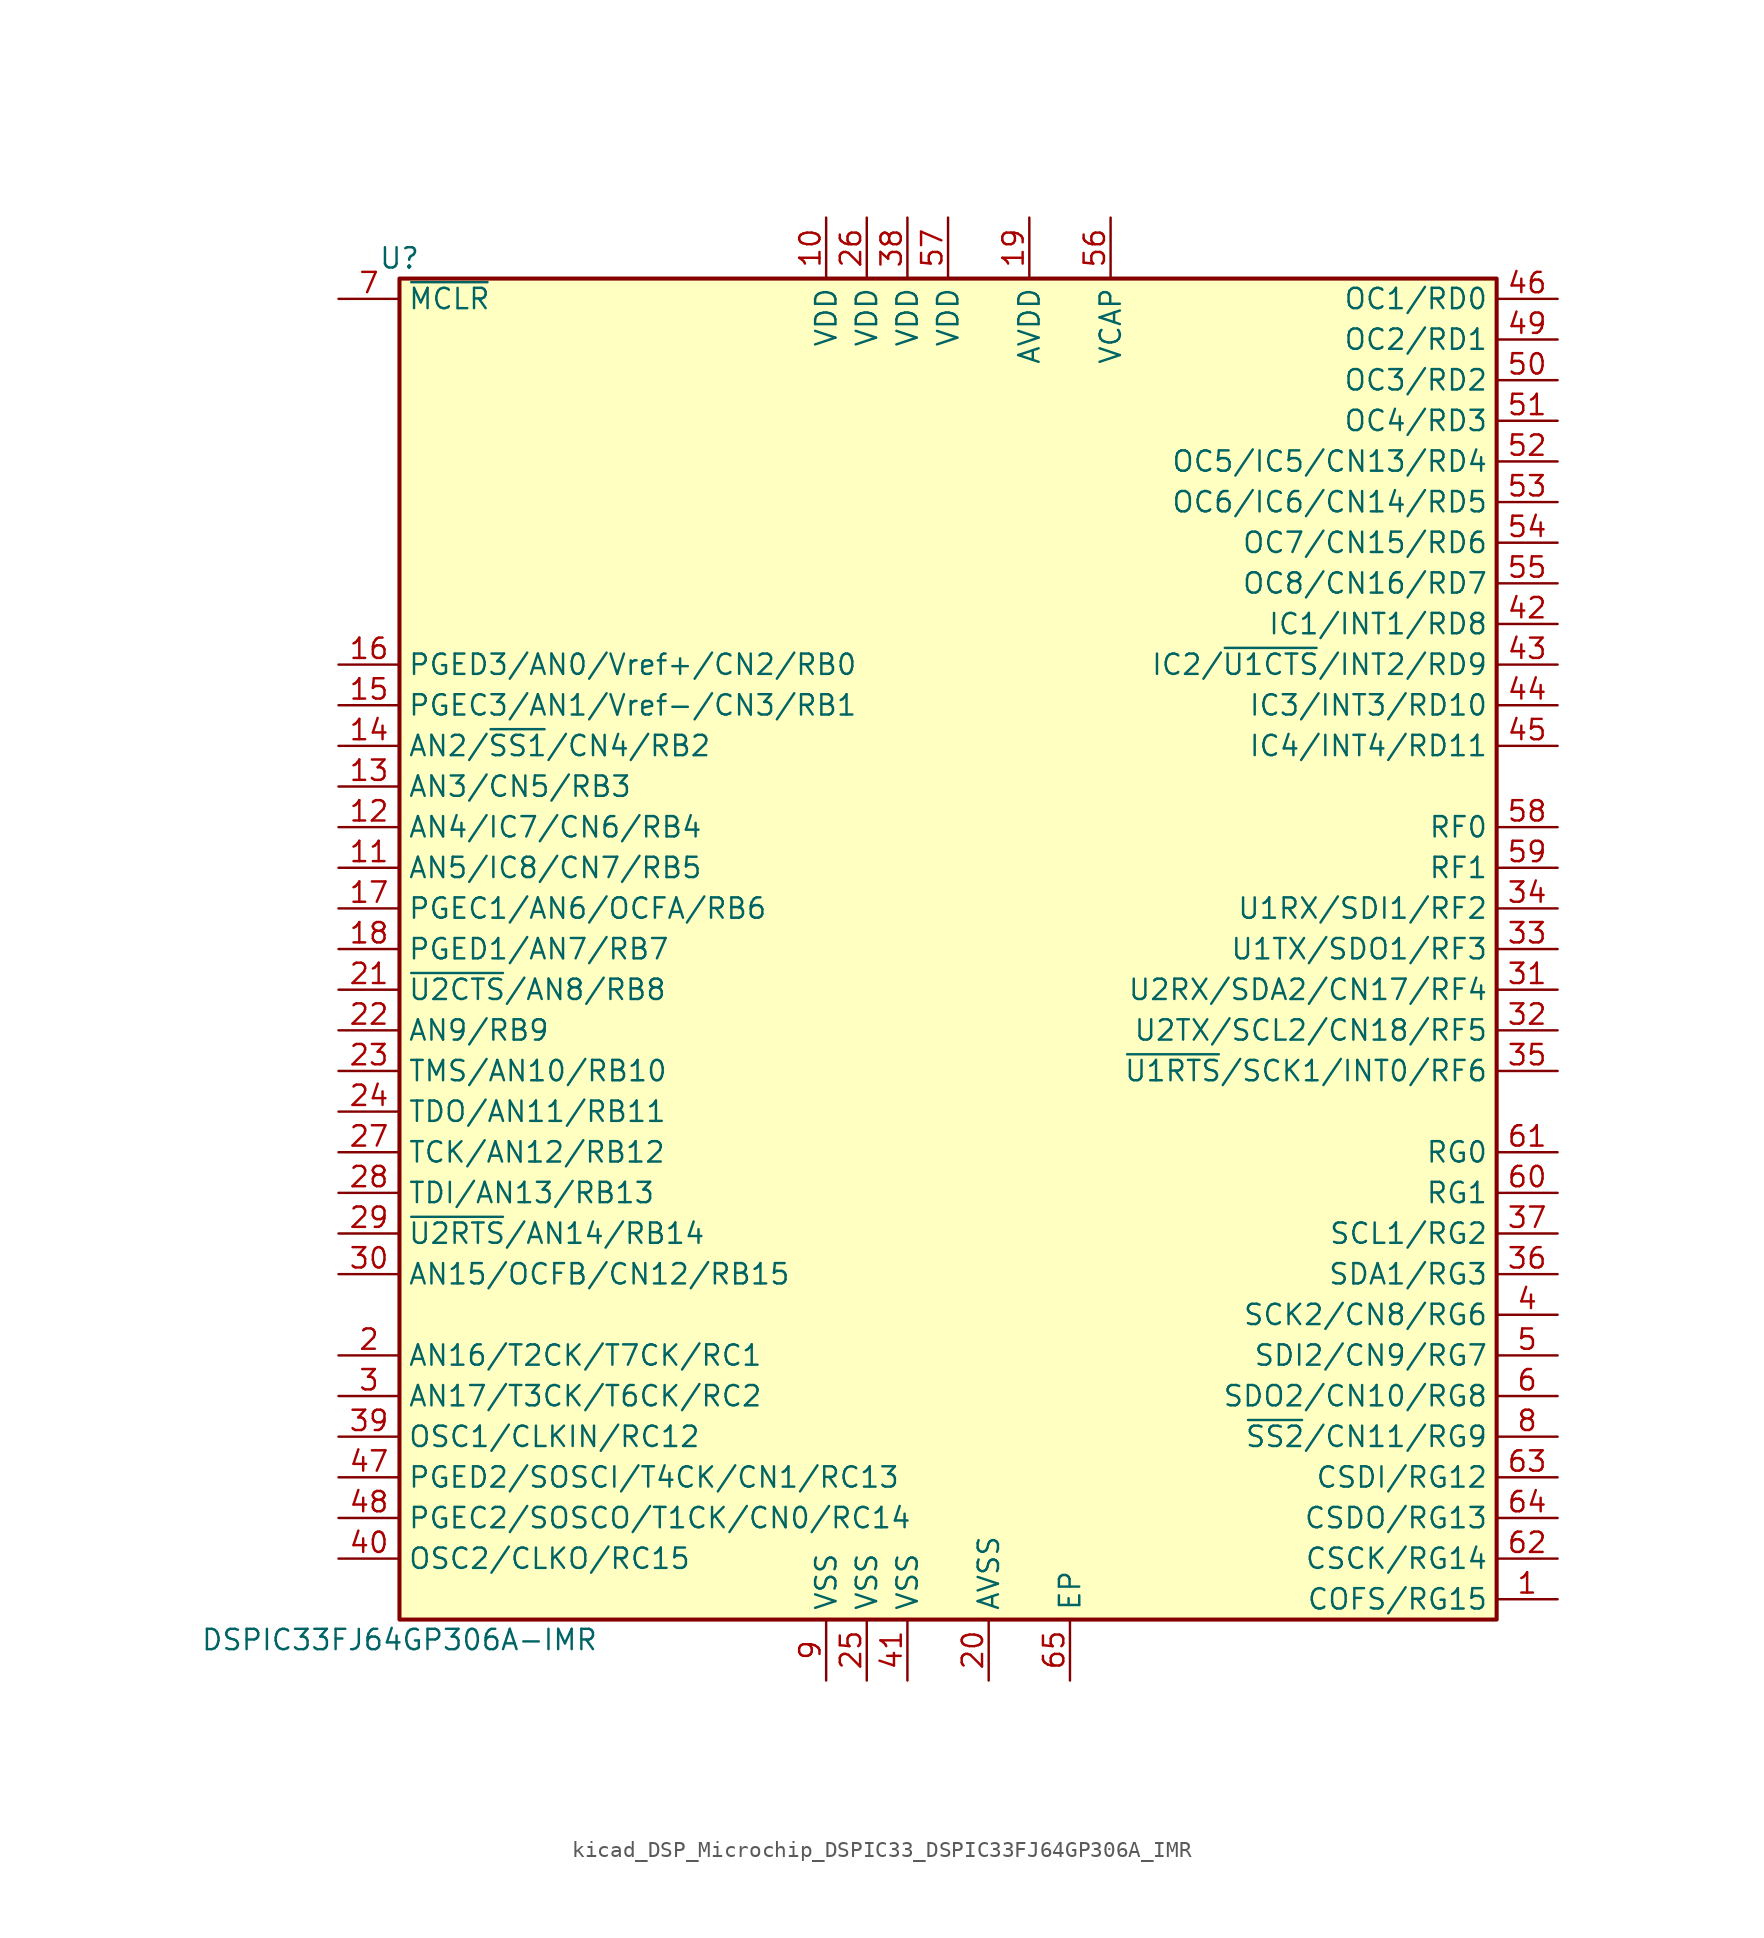
<source format=kicad_sym>
(kicad_symbol_lib
  (version 20220914)
  (generator kicad_symbol_editor)
  (symbol "kicad_DSP_Microchip_DSPIC33_DSPIC33FJ64GP306A_IMR"
    (property "Reference" "U"
      (at -34.29 43.18 0)
      (effects (font (size 1.27 1.27))))
    (property "Value" "DSPIC33FJ64GP306A-IMR"
      (at -34.29 -43.18 0)
      (effects (font (size 1.27 1.27))))
    (symbol "kicad_DSP_Microchip_DSPIC33_DSPIC33FJ64GP306A_IMR_1_1"
      (rectangle (start -34.29 41.91) (end 34.29 -41.91) (stroke (width 0.254) (type default)) (fill (type background)))
      (pin bidirectional line (at 38.1 -40.64 180) (length 3.81) (name "COFS/RG15" (effects (font (size 1.27 1.27)))) (number "1" (effects (font (size 1.27 1.27)))))
      (pin power_in line (at -7.62 45.72 270) (length 3.81) (name "VDD" (effects (font (size 1.27 1.27)))) (number "10" (effects (font (size 1.27 1.27)))))
      (pin input line (at -38.1 5.08 0) (length 3.81) (name "AN5/IC8/CN7/RB5" (effects (font (size 1.27 1.27)))) (number "11" (effects (font (size 1.27 1.27)))))
      (pin input line (at -38.1 7.62 0) (length 3.81) (name "AN4/IC7/CN6/RB4" (effects (font (size 1.27 1.27)))) (number "12" (effects (font (size 1.27 1.27)))))
      (pin bidirectional line (at -38.1 10.16 0) (length 3.81) (name "AN3/CN5/RB3" (effects (font (size 1.27 1.27)))) (number "13" (effects (font (size 1.27 1.27)))))
      (pin bidirectional line (at -38.1 12.7 0) (length 3.81) (name "AN2/~{SS1}/CN4/RB2" (effects (font (size 1.27 1.27)))) (number "14" (effects (font (size 1.27 1.27)))))
      (pin bidirectional line (at -38.1 15.24 0) (length 3.81) (name "PGEC3/AN1/Vref-/CN3/RB1" (effects (font (size 1.27 1.27)))) (number "15" (effects (font (size 1.27 1.27)))))
      (pin bidirectional line (at -38.1 17.78 0) (length 3.81) (name "PGED3/AN0/Vref+/CN2/RB0" (effects (font (size 1.27 1.27)))) (number "16" (effects (font (size 1.27 1.27)))))
      (pin input line (at -38.1 2.54 0) (length 3.81) (name "PGEC1/AN6/OCFA/RB6" (effects (font (size 1.27 1.27)))) (number "17" (effects (font (size 1.27 1.27)))))
      (pin input line (at -38.1 0 0) (length 3.81) (name "PGED1/AN7/RB7" (effects (font (size 1.27 1.27)))) (number "18" (effects (font (size 1.27 1.27)))))
      (pin power_in line (at 5.08 45.72 270) (length 3.81) (name "AVDD" (effects (font (size 1.27 1.27)))) (number "19" (effects (font (size 1.27 1.27)))))
      (pin bidirectional line (at -38.1 -25.4 0) (length 3.81) (name "AN16/T2CK/T7CK/RC1" (effects (font (size 1.27 1.27)))) (number "2" (effects (font (size 1.27 1.27)))))
      (pin power_in line (at 2.54 -45.72 90) (length 3.81) (name "AVSS" (effects (font (size 1.27 1.27)))) (number "20" (effects (font (size 1.27 1.27)))))
      (pin input line (at -38.1 -2.54 0) (length 3.81) (name "~{U2CTS}/AN8/RB8" (effects (font (size 1.27 1.27)))) (number "21" (effects (font (size 1.27 1.27)))))
      (pin bidirectional line (at -38.1 -5.08 0) (length 3.81) (name "AN9/RB9" (effects (font (size 1.27 1.27)))) (number "22" (effects (font (size 1.27 1.27)))))
      (pin bidirectional line (at -38.1 -7.62 0) (length 3.81) (name "TMS/AN10/RB10" (effects (font (size 1.27 1.27)))) (number "23" (effects (font (size 1.27 1.27)))))
      (pin bidirectional line (at -38.1 -10.16 0) (length 3.81) (name "TDO/AN11/RB11" (effects (font (size 1.27 1.27)))) (number "24" (effects (font (size 1.27 1.27)))))
      (pin power_in line (at -5.08 -45.72 90) (length 3.81) (name "VSS" (effects (font (size 1.27 1.27)))) (number "25" (effects (font (size 1.27 1.27)))))
      (pin power_in line (at -5.08 45.72 270) (length 3.81) (name "VDD" (effects (font (size 1.27 1.27)))) (number "26" (effects (font (size 1.27 1.27)))))
      (pin bidirectional line (at -38.1 -12.7 0) (length 3.81) (name "TCK/AN12/RB12" (effects (font (size 1.27 1.27)))) (number "27" (effects (font (size 1.27 1.27)))))
      (pin bidirectional line (at -38.1 -15.24 0) (length 3.81) (name "TDI/AN13/RB13" (effects (font (size 1.27 1.27)))) (number "28" (effects (font (size 1.27 1.27)))))
      (pin bidirectional line (at -38.1 -17.78 0) (length 3.81) (name "~{U2RTS}/AN14/RB14" (effects (font (size 1.27 1.27)))) (number "29" (effects (font (size 1.27 1.27)))))
      (pin bidirectional line (at -38.1 -27.94 0) (length 3.81) (name "AN17/T3CK/T6CK/RC2" (effects (font (size 1.27 1.27)))) (number "3" (effects (font (size 1.27 1.27)))))
      (pin bidirectional line (at -38.1 -20.32 0) (length 3.81) (name "AN15/OCFB/CN12/RB15" (effects (font (size 1.27 1.27)))) (number "30" (effects (font (size 1.27 1.27)))))
      (pin bidirectional line (at 38.1 -2.54 180) (length 3.81) (name "U2RX/SDA2/CN17/RF4" (effects (font (size 1.27 1.27)))) (number "31" (effects (font (size 1.27 1.27)))))
      (pin bidirectional line (at 38.1 -5.08 180) (length 3.81) (name "U2TX/SCL2/CN18/RF5" (effects (font (size 1.27 1.27)))) (number "32" (effects (font (size 1.27 1.27)))))
      (pin bidirectional line (at 38.1 0 180) (length 3.81) (name "U1TX/SDO1/RF3" (effects (font (size 1.27 1.27)))) (number "33" (effects (font (size 1.27 1.27)))))
      (pin bidirectional line (at 38.1 2.54 180) (length 3.81) (name "U1RX/SDI1/RF2" (effects (font (size 1.27 1.27)))) (number "34" (effects (font (size 1.27 1.27)))))
      (pin bidirectional line (at 38.1 -7.62 180) (length 3.81) (name "~{U1RTS}/SCK1/INT0/RF6" (effects (font (size 1.27 1.27)))) (number "35" (effects (font (size 1.27 1.27)))))
      (pin bidirectional line (at 38.1 -20.32 180) (length 3.81) (name "SDA1/RG3" (effects (font (size 1.27 1.27)))) (number "36" (effects (font (size 1.27 1.27)))))
      (pin bidirectional line (at 38.1 -17.78 180) (length 3.81) (name "SCL1/RG2" (effects (font (size 1.27 1.27)))) (number "37" (effects (font (size 1.27 1.27)))))
      (pin power_in line (at -2.54 45.72 270) (length 3.81) (name "VDD" (effects (font (size 1.27 1.27)))) (number "38" (effects (font (size 1.27 1.27)))))
      (pin bidirectional line (at -38.1 -30.48 0) (length 3.81) (name "OSC1/CLKIN/RC12" (effects (font (size 1.27 1.27)))) (number "39" (effects (font (size 1.27 1.27)))))
      (pin bidirectional line (at 38.1 -22.86 180) (length 3.81) (name "SCK2/CN8/RG6" (effects (font (size 1.27 1.27)))) (number "4" (effects (font (size 1.27 1.27)))))
      (pin bidirectional line (at -38.1 -38.1 0) (length 3.81) (name "OSC2/CLKO/RC15" (effects (font (size 1.27 1.27)))) (number "40" (effects (font (size 1.27 1.27)))))
      (pin power_in line (at -2.54 -45.72 90) (length 3.81) (name "VSS" (effects (font (size 1.27 1.27)))) (number "41" (effects (font (size 1.27 1.27)))))
      (pin bidirectional line (at 38.1 20.32 180) (length 3.81) (name "IC1/INT1/RD8" (effects (font (size 1.27 1.27)))) (number "42" (effects (font (size 1.27 1.27)))))
      (pin bidirectional line (at 38.1 17.78 180) (length 3.81) (name "IC2/~{U1CTS}/INT2/RD9" (effects (font (size 1.27 1.27)))) (number "43" (effects (font (size 1.27 1.27)))))
      (pin bidirectional line (at 38.1 15.24 180) (length 3.81) (name "IC3/INT3/RD10" (effects (font (size 1.27 1.27)))) (number "44" (effects (font (size 1.27 1.27)))))
      (pin bidirectional line (at 38.1 12.7 180) (length 3.81) (name "IC4/INT4/RD11" (effects (font (size 1.27 1.27)))) (number "45" (effects (font (size 1.27 1.27)))))
      (pin bidirectional line (at 38.1 40.64 180) (length 3.81) (name "OC1/RD0" (effects (font (size 1.27 1.27)))) (number "46" (effects (font (size 1.27 1.27)))))
      (pin bidirectional line (at -38.1 -33.02 0) (length 3.81) (name "PGED2/SOSCI/T4CK/CN1/RC13" (effects (font (size 1.27 1.27)))) (number "47" (effects (font (size 1.27 1.27)))))
      (pin bidirectional line (at -38.1 -35.56 0) (length 3.81) (name "PGEC2/SOSCO/T1CK/CN0/RC14" (effects (font (size 1.27 1.27)))) (number "48" (effects (font (size 1.27 1.27)))))
      (pin bidirectional line (at 38.1 38.1 180) (length 3.81) (name "OC2/RD1" (effects (font (size 1.27 1.27)))) (number "49" (effects (font (size 1.27 1.27)))))
      (pin bidirectional line (at 38.1 -25.4 180) (length 3.81) (name "SDI2/CN9/RG7" (effects (font (size 1.27 1.27)))) (number "5" (effects (font (size 1.27 1.27)))))
      (pin bidirectional line (at 38.1 35.56 180) (length 3.81) (name "OC3/RD2" (effects (font (size 1.27 1.27)))) (number "50" (effects (font (size 1.27 1.27)))))
      (pin bidirectional line (at 38.1 33.02 180) (length 3.81) (name "OC4/RD3" (effects (font (size 1.27 1.27)))) (number "51" (effects (font (size 1.27 1.27)))))
      (pin bidirectional line (at 38.1 30.48 180) (length 3.81) (name "OC5/IC5/CN13/RD4" (effects (font (size 1.27 1.27)))) (number "52" (effects (font (size 1.27 1.27)))))
      (pin bidirectional line (at 38.1 27.94 180) (length 3.81) (name "OC6/IC6/CN14/RD5" (effects (font (size 1.27 1.27)))) (number "53" (effects (font (size 1.27 1.27)))))
      (pin bidirectional line (at 38.1 25.4 180) (length 3.81) (name "OC7/CN15/RD6" (effects (font (size 1.27 1.27)))) (number "54" (effects (font (size 1.27 1.27)))))
      (pin bidirectional line (at 38.1 22.86 180) (length 3.81) (name "OC8/CN16/RD7" (effects (font (size 1.27 1.27)))) (number "55" (effects (font (size 1.27 1.27)))))
      (pin power_in line (at 10.16 45.72 270) (length 3.81) (name "VCAP" (effects (font (size 1.27 1.27)))) (number "56" (effects (font (size 1.27 1.27)))))
      (pin power_in line (at 0 45.72 270) (length 3.81) (name "VDD" (effects (font (size 1.27 1.27)))) (number "57" (effects (font (size 1.27 1.27)))))
      (pin bidirectional line (at 38.1 7.62 180) (length 3.81) (name "RF0" (effects (font (size 1.27 1.27)))) (number "58" (effects (font (size 1.27 1.27)))))
      (pin bidirectional line (at 38.1 5.08 180) (length 3.81) (name "RF1" (effects (font (size 1.27 1.27)))) (number "59" (effects (font (size 1.27 1.27)))))
      (pin bidirectional line (at 38.1 -27.94 180) (length 3.81) (name "SDO2/CN10/RG8" (effects (font (size 1.27 1.27)))) (number "6" (effects (font (size 1.27 1.27)))))
      (pin bidirectional line (at 38.1 -15.24 180) (length 3.81) (name "RG1" (effects (font (size 1.27 1.27)))) (number "60" (effects (font (size 1.27 1.27)))))
      (pin bidirectional line (at 38.1 -12.7 180) (length 3.81) (name "RG0" (effects (font (size 1.27 1.27)))) (number "61" (effects (font (size 1.27 1.27)))))
      (pin bidirectional line (at 38.1 -38.1 180) (length 3.81) (name "CSCK/RG14" (effects (font (size 1.27 1.27)))) (number "62" (effects (font (size 1.27 1.27)))))
      (pin bidirectional line (at 38.1 -33.02 180) (length 3.81) (name "CSDI/RG12" (effects (font (size 1.27 1.27)))) (number "63" (effects (font (size 1.27 1.27)))))
      (pin bidirectional line (at 38.1 -35.56 180) (length 3.81) (name "CSDO/RG13" (effects (font (size 1.27 1.27)))) (number "64" (effects (font (size 1.27 1.27)))))
      (pin power_in line (at 7.62 -45.72 90) (length 3.81) (name "EP" (effects (font (size 1.27 1.27)))) (number "65" (effects (font (size 1.27 1.27)))))
      (pin input line (at -38.1 40.64 0) (length 3.81) (name "~{MCLR}" (effects (font (size 1.27 1.27)))) (number "7" (effects (font (size 1.27 1.27)))))
      (pin bidirectional line (at 38.1 -30.48 180) (length 3.81) (name "~{SS2}/CN11/RG9" (effects (font (size 1.27 1.27)))) (number "8" (effects (font (size 1.27 1.27)))))
      (pin power_in line (at -7.62 -45.72 90) (length 3.81) (name "VSS" (effects (font (size 1.27 1.27)))) (number "9" (effects (font (size 1.27 1.27))))))))
</source>
